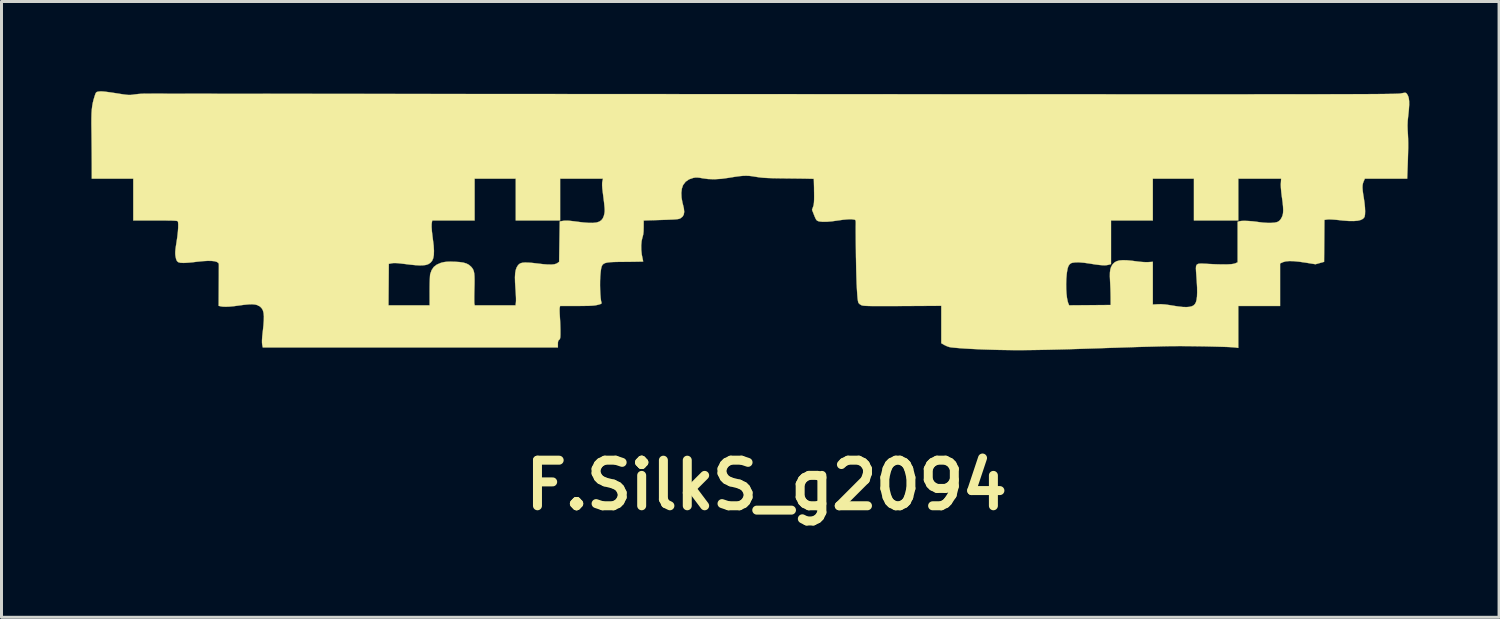
<source format=kicad_pcb>
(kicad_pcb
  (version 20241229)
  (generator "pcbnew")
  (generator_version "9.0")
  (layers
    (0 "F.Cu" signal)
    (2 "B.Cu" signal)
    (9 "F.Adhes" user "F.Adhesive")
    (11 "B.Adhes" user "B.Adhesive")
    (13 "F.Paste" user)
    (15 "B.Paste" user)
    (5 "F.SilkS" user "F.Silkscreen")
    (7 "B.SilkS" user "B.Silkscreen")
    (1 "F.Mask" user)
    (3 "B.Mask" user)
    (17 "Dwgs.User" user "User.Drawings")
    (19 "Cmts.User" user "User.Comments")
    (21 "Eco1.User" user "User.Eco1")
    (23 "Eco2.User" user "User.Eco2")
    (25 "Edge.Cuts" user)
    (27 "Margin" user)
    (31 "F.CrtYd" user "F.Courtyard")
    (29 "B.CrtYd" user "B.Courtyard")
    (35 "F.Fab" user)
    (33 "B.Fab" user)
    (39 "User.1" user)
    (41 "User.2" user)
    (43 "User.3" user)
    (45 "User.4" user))
  (footprint "F.SilkS_g2094"
    (layer "F.Cu")
    (at 22.572 13.167)
    (property "Reference" "F.SilkS_g2094" (at 0 0 0) (layer "F.SilkS") (effects (font (size 1.524 1.524) (thickness 0.3))))
    (attr through_hole)
    (fp_poly (pts (xy -22.182 -13.159) (xy -22.11 -13.152) (xy -22.016 -13.14) (xy -21.895 -13.123) (xy -21.741 -13.1) (xy -21.609 -13.079) (xy -21.486 -13.06) (xy -21.394 -13.048) (xy -21.322 -13.043) (xy -21.26 -13.043) (xy -21.197 -13.049) (xy -21.122 -13.06) (xy -21.112 -13.061) (xy -20.997 -13.075) (xy -20.866 -13.084) (xy -20.743 -13.086) (xy -20.722 -13.086) (xy -20.692 -13.086) (xy -20.62 -13.086) (xy -20.508 -13.085) (xy -20.357 -13.085) (xy -20.166 -13.085) (xy -19.938 -13.084) (xy -19.674 -13.084) (xy -19.373 -13.083) (xy -19.037 -13.083) (xy -18.667 -13.083) (xy -18.264 -13.082) (xy -17.829 -13.082) (xy -17.362 -13.081) (xy -16.865 -13.081) (xy -16.338 -13.08) (xy -15.783 -13.08) (xy -15.2 -13.08) (xy -14.591 -13.079) (xy -13.955 -13.079) (xy -13.295 -13.078) (xy -12.61 -13.078) (xy -11.903 -13.077) (xy -11.173 -13.076) (xy -10.422 -13.076) (xy -9.651 -13.075) (xy -8.86 -13.075) (xy -8.051 -13.074) (xy -7.224 -13.074) (xy -6.381 -13.073) (xy -5.522 -13.073) (xy -4.647 -13.072) (xy -3.759 -13.072) (xy -2.858 -13.071) (xy -1.945 -13.071) (xy -1.021 -13.07) (xy -0.086 -13.07) (xy 0.254 -13.07) (xy 1.387 -13.069) (xy 2.478 -13.068) (xy 3.529 -13.068) (xy 4.539 -13.067) (xy 5.511 -13.067) (xy 6.443 -13.066) (xy 7.339 -13.066) (xy 8.197 -13.066) (xy 9.019 -13.065) (xy 9.806 -13.065) (xy 10.558 -13.065) (xy 11.277 -13.065) (xy 11.962 -13.064) (xy 12.615 -13.064) (xy 13.237 -13.064) (xy 13.828 -13.064) (xy 14.389 -13.064) (xy 14.921 -13.064) (xy 15.425 -13.064) (xy 15.901 -13.064) (xy 16.35 -13.065) (xy 16.773 -13.065) (xy 17.171 -13.065) (xy 17.544 -13.065) (xy 17.894 -13.066) (xy 18.221 -13.066) (xy 18.525 -13.067) (xy 18.809 -13.067) (xy 19.071 -13.068) (xy 19.314 -13.068) (xy 19.538 -13.069) (xy 19.743 -13.07) (xy 19.931 -13.071) (xy 20.103 -13.071) (xy 20.258 -13.072) (xy 20.398 -13.073) (xy 20.524 -13.074) (xy 20.636 -13.075) (xy 20.736 -13.077) (xy 20.823 -13.078) (xy 20.899 -13.079) (xy 20.964 -13.08) (xy 21.02 -13.082) (xy 21.067 -13.083) (xy 21.105 -13.085) (xy 21.136 -13.086) (xy 21.161 -13.088) (xy 21.18 -13.09) (xy 21.193 -13.092) (xy 21.198 -13.093) (xy 21.282 -13.109) (xy 21.334 -13.116) (xy 21.365 -13.114) (xy 21.386 -13.101) (xy 21.404 -13.081) (xy 21.441 -13.019) (xy 21.467 -12.94) (xy 21.48 -12.838) (xy 21.481 -12.709) (xy 21.471 -12.549) (xy 21.45 -12.352) (xy 21.45 -12.352) (xy 21.432 -12.177) (xy 21.426 -12.023) (xy 21.43 -11.87) (xy 21.432 -11.843) (xy 21.44 -11.707) (xy 21.446 -11.572) (xy 21.448 -11.429) (xy 21.448 -11.272) (xy 21.444 -11.092) (xy 21.438 -10.882) (xy 21.432 -10.716) (xy 21.414 -10.245) (xy 20 -10.245) (xy 19.96 -10.155) (xy 19.937 -10.093) (xy 19.924 -10.026) (xy 19.921 -9.946) (xy 19.928 -9.846) (xy 19.945 -9.716) (xy 19.963 -9.61) (xy 19.987 -9.443) (xy 20.003 -9.29) (xy 20.009 -9.157) (xy 20.005 -9.05) (xy 19.992 -8.976) (xy 19.984 -8.957) (xy 19.938 -8.904) (xy 19.864 -8.865) (xy 19.761 -8.84) (xy 19.627 -8.829) (xy 19.458 -8.831) (xy 19.252 -8.847) (xy 19.13 -8.861) (xy 19.01 -8.873) (xy 18.898 -8.881) (xy 18.807 -8.884) (xy 18.746 -8.881) (xy 18.744 -8.881) (xy 18.648 -8.866) (xy 18.643 -8.166) (xy 18.637 -7.465) (xy 18.493 -7.425) (xy 18.35 -7.385) (xy 18.017 -7.439) (xy 17.8 -7.47) (xy 17.62 -7.488) (xy 17.474 -7.491) (xy 17.358 -7.481) (xy 17.268 -7.456) (xy 17.256 -7.451) (xy 17.166 -7.41) (xy 17.166 -5.99) (xy 15.769 -5.99) (xy 15.769 -4.588) (xy 15.679 -4.601) (xy 15.616 -4.607) (xy 15.516 -4.614) (xy 15.385 -4.62) (xy 15.227 -4.625) (xy 15.048 -4.63) (xy 14.852 -4.635) (xy 14.647 -4.64) (xy 14.436 -4.643) (xy 14.225 -4.646) (xy 14.019 -4.648) (xy 13.824 -4.649) (xy 13.645 -4.648) (xy 13.487 -4.647) (xy 13.42 -4.646) (xy 13.276 -4.643) (xy 13.097 -4.638) (xy 12.889 -4.632) (xy 12.658 -4.626) (xy 12.413 -4.619) (xy 12.158 -4.611) (xy 11.902 -4.603) (xy 11.65 -4.594) (xy 11.568 -4.592) (xy 11.124 -4.577) (xy 10.719 -4.564) (xy 10.35 -4.552) (xy 10.015 -4.542) (xy 9.708 -4.534) (xy 9.429 -4.527) (xy 9.172 -4.522) (xy 8.936 -4.518) (xy 8.717 -4.515) (xy 8.512 -4.514) (xy 8.317 -4.514) (xy 8.13 -4.515) (xy 7.948 -4.518) (xy 7.766 -4.521) (xy 7.583 -4.526) (xy 7.419 -4.531) (xy 7.201 -4.538) (xy 6.989 -4.548) (xy 6.788 -4.558) (xy 6.602 -4.569) (xy 6.438 -4.581) (xy 6.299 -4.593) (xy 6.191 -4.604) (xy 6.12 -4.615) (xy 6.107 -4.618) (xy 6.034 -4.643) (xy 5.955 -4.68) (xy 5.932 -4.693) (xy 5.842 -4.745) (xy 5.842 -5.995) (xy 4.546 -5.988) (xy 4.276 -5.987) (xy 4.046 -5.986) (xy 3.852 -5.986) (xy 3.69 -5.986) (xy 3.557 -5.987) (xy 3.451 -5.988) (xy 3.367 -5.991) (xy 3.302 -5.994) (xy 3.253 -5.998) (xy 3.218 -6.003) (xy 3.191 -6.009) (xy 3.171 -6.016) (xy 3.17 -6.017) (xy 3.114 -6.051) (xy 3.075 -6.091) (xy 3.071 -6.1) (xy 3.057 -6.155) (xy 3.044 -6.25) (xy 3.033 -6.384) (xy 3.022 -6.554) (xy 3.014 -6.724) (xy 10.015 -6.724) (xy 10.017 -6.555) (xy 10.027 -6.396) (xy 10.044 -6.254) (xy 10.067 -6.141) (xy 10.085 -6.083) (xy 10.116 -6.011) (xy 11.504 -6.022) (xy 11.503 -6.276) (xy 11.501 -6.402) (xy 11.497 -6.551) (xy 11.49 -6.703) (xy 11.484 -6.818) (xy 11.477 -6.979) (xy 11.479 -7.106) (xy 11.492 -7.206) (xy 11.516 -7.287) (xy 11.553 -7.357) (xy 11.572 -7.384) (xy 11.629 -7.442) (xy 11.701 -7.484) (xy 11.793 -7.51) (xy 11.91 -7.52) (xy 12.055 -7.516) (xy 12.234 -7.498) (xy 12.338 -7.484) (xy 12.482 -7.466) (xy 12.618 -7.456) (xy 12.731 -7.454) (xy 12.756 -7.455) (xy 12.912 -7.465) (xy 12.912 -6.037) (xy 13.086 -6.047) (xy 13.198 -6.048) (xy 13.322 -6.039) (xy 13.471 -6.019) (xy 13.557 -6.004) (xy 13.752 -5.974) (xy 13.91 -5.956) (xy 14.038 -5.952) (xy 14.14 -5.96) (xy 14.221 -5.981) (xy 14.226 -5.983) (xy 14.279 -6.012) (xy 14.321 -6.055) (xy 14.354 -6.116) (xy 14.376 -6.199) (xy 14.39 -6.306) (xy 14.395 -6.441) (xy 14.393 -6.608) (xy 14.382 -6.811) (xy 14.369 -7.001) (xy 14.358 -7.143) (xy 14.353 -7.248) (xy 14.359 -7.322) (xy 14.382 -7.37) (xy 14.426 -7.396) (xy 14.496 -7.406) (xy 14.597 -7.404) (xy 14.735 -7.397) (xy 14.764 -7.395) (xy 15.015 -7.383) (xy 15.226 -7.378) (xy 15.397 -7.379) (xy 15.529 -7.386) (xy 15.623 -7.4) (xy 15.669 -7.414) (xy 15.748 -7.449) (xy 15.748 -8.805) (xy 15.806 -8.821) (xy 15.878 -8.832) (xy 15.983 -8.835) (xy 16.111 -8.83) (xy 16.254 -8.819) (xy 16.401 -8.801) (xy 16.439 -8.795) (xy 16.595 -8.776) (xy 16.751 -8.766) (xy 16.866 -8.766) (xy 16.985 -8.775) (xy 17.072 -8.795) (xy 17.135 -8.831) (xy 17.186 -8.887) (xy 17.224 -8.954) (xy 17.25 -9.018) (xy 17.266 -9.095) (xy 17.271 -9.19) (xy 17.266 -9.308) (xy 17.252 -9.456) (xy 17.227 -9.634) (xy 17.207 -9.797) (xy 17.194 -9.942) (xy 17.191 -10.058) (xy 17.193 -10.091) (xy 17.202 -10.245) (xy 15.769 -10.245) (xy 15.769 -8.848) (xy 14.287 -8.848) (xy 14.287 -10.245) (xy 12.912 -10.245) (xy 12.912 -8.848) (xy 11.515 -8.848) (xy 11.515 -7.389) (xy 11.425 -7.364) (xy 11.353 -7.352) (xy 11.259 -7.35) (xy 11.139 -7.359) (xy 10.987 -7.378) (xy 10.8 -7.408) (xy 10.794 -7.409) (xy 10.61 -7.435) (xy 10.451 -7.448) (xy 10.319 -7.447) (xy 10.221 -7.433) (xy 10.178 -7.418) (xy 10.13 -7.381) (xy 10.092 -7.324) (xy 10.064 -7.241) (xy 10.043 -7.125) (xy 10.034 -7.055) (xy 10.02 -6.894) (xy 10.015 -6.724) (xy 3.014 -6.724) (xy 3.012 -6.758) (xy 3.004 -6.994) (xy 2.997 -7.261) (xy 2.992 -7.556) (xy 2.99 -7.629) (xy 2.988 -7.825) (xy 2.986 -8.015) (xy 2.984 -8.192) (xy 2.983 -8.352) (xy 2.982 -8.489) (xy 2.982 -8.596) (xy 2.982 -8.668) (xy 2.983 -8.681) (xy 2.984 -8.769) (xy 2.982 -8.824) (xy 2.974 -8.854) (xy 2.958 -8.869) (xy 2.938 -8.876) (xy 2.85 -8.888) (xy 2.726 -8.887) (xy 2.568 -8.873) (xy 2.381 -8.847) (xy 2.377 -8.846) (xy 2.186 -8.82) (xy 2.017 -8.805) (xy 1.876 -8.804) (xy 1.769 -8.815) (xy 1.732 -8.824) (xy 1.696 -8.84) (xy 1.668 -8.864) (xy 1.642 -8.907) (xy 1.611 -8.976) (xy 1.591 -9.026) (xy 1.521 -9.205) (xy 1.558 -9.307) (xy 1.572 -9.349) (xy 1.581 -9.397) (xy 1.587 -9.459) (xy 1.591 -9.54) (xy 1.592 -9.648) (xy 1.591 -9.79) (xy 1.59 -9.821) (xy 1.589 -9.948) (xy 1.586 -10.06) (xy 1.584 -10.15) (xy 1.582 -10.212) (xy 1.579 -10.238) (xy 1.579 -10.239) (xy 1.557 -10.241) (xy 1.498 -10.242) (xy 1.405 -10.244) (xy 1.283 -10.247) (xy 1.138 -10.249) (xy 0.973 -10.251) (xy 0.793 -10.253) (xy 0.739 -10.254) (xy 0.521 -10.256) (xy 0.34 -10.259) (xy 0.19 -10.262) (xy 0.067 -10.266) (xy -0.036 -10.271) (xy -0.122 -10.277) (xy -0.199 -10.285) (xy -0.271 -10.294) (xy -0.343 -10.305) (xy -0.36 -10.308) (xy -0.477 -10.327) (xy -0.582 -10.339) (xy -0.681 -10.343) (xy -0.785 -10.34) (xy -0.902 -10.329) (xy -1.042 -10.31) (xy -1.212 -10.283) (xy -1.249 -10.276) (xy -1.509 -10.24) (xy -1.741 -10.226) (xy -1.953 -10.233) (xy -2.142 -10.259) (xy -2.243 -10.277) (xy -2.318 -10.284) (xy -2.383 -10.282) (xy -2.451 -10.27) (xy -2.591 -10.222) (xy -2.704 -10.143) (xy -2.787 -10.034) (xy -2.793 -10.023) (xy -2.831 -9.91) (xy -2.848 -9.77) (xy -2.841 -9.613) (xy -2.812 -9.449) (xy -2.798 -9.397) (xy -2.763 -9.25) (xy -2.752 -9.135) (xy -2.767 -9.044) (xy -2.808 -8.975) (xy -2.876 -8.922) (xy -2.885 -8.917) (xy -2.903 -8.909) (xy -2.925 -8.902) (xy -2.954 -8.896) (xy -2.995 -8.89) (xy -3.051 -8.885) (xy -3.125 -8.88) (xy -3.221 -8.876) (xy -3.343 -8.871) (xy -3.494 -8.866) (xy -3.678 -8.86) (xy -3.898 -8.854) (xy -4.048 -8.849) (xy -4.106 -8.848) (xy -4.107 -8.62) (xy -4.11 -8.49) (xy -4.12 -8.39) (xy -4.139 -8.308) (xy -4.149 -8.276) (xy -4.176 -8.16) (xy -4.189 -8.018) (xy -4.187 -7.863) (xy -4.171 -7.71) (xy -4.156 -7.635) (xy -4.14 -7.56) (xy -4.129 -7.504) (xy -4.124 -7.477) (xy -4.125 -7.476) (xy -4.146 -7.474) (xy -4.204 -7.473) (xy -4.293 -7.471) (xy -4.409 -7.469) (xy -4.546 -7.467) (xy -4.698 -7.466) (xy -4.725 -7.465) (xy -4.928 -7.464) (xy -5.092 -7.46) (xy -5.222 -7.454) (xy -5.322 -7.442) (xy -5.398 -7.423) (xy -5.452 -7.394) (xy -5.489 -7.356) (xy -5.513 -7.304) (xy -5.529 -7.238) (xy -5.541 -7.155) (xy -5.547 -7.103) (xy -5.558 -6.976) (xy -5.564 -6.832) (xy -5.565 -6.68) (xy -5.562 -6.528) (xy -5.555 -6.385) (xy -5.545 -6.259) (xy -5.531 -6.158) (xy -5.514 -6.094) (xy -5.516 -6.074) (xy -5.542 -6.057) (xy -5.6 -6.038) (xy -5.648 -6.026) (xy -5.704 -6.014) (xy -5.769 -6.005) (xy -5.849 -5.999) (xy -5.949 -5.994) (xy -6.076 -5.992) (xy -6.235 -5.99) (xy -6.347 -5.99) (xy -6.9 -5.99) (xy -6.913 -5.935) (xy -6.917 -5.893) (xy -6.917 -5.819) (xy -6.914 -5.725) (xy -6.908 -5.634) (xy -6.9 -5.501) (xy -6.894 -5.349) (xy -6.89 -5.203) (xy -6.89 -5.139) (xy -6.89 -5.032) (xy -6.893 -4.959) (xy -6.899 -4.912) (xy -6.91 -4.883) (xy -6.926 -4.865) (xy -6.932 -4.86) (xy -6.959 -4.83) (xy -6.972 -4.782) (xy -6.974 -4.717) (xy -6.974 -4.604) (xy -16.838 -4.604) (xy -16.858 -4.705) (xy -16.864 -4.766) (xy -16.864 -4.847) (xy -16.857 -4.956) (xy -16.842 -5.098) (xy -16.837 -5.139) (xy -16.815 -5.344) (xy -16.803 -5.511) (xy -16.801 -5.647) (xy -16.811 -5.754) (xy -16.833 -5.839) (xy -16.868 -5.905) (xy -16.916 -5.957) (xy -16.95 -5.983) (xy -17.005 -6.011) (xy -12.637 -6.011) (xy -11.26 -6.011) (xy -11.261 -6.493) (xy -11.26 -6.636) (xy -11.258 -6.769) (xy -11.254 -6.885) (xy -11.25 -6.976) (xy -11.245 -7.035) (xy -11.243 -7.049) (xy -11.195 -7.186) (xy -11.123 -7.293) (xy -11.021 -7.372) (xy -10.886 -7.43) (xy -10.85 -7.44) (xy -10.779 -7.456) (xy -10.702 -7.466) (xy -10.61 -7.47) (xy -10.491 -7.469) (xy -10.432 -7.468) (xy -10.266 -7.458) (xy -10.134 -7.439) (xy -10.03 -7.408) (xy -9.947 -7.364) (xy -9.878 -7.304) (xy -9.864 -7.29) (xy -9.83 -7.246) (xy -9.803 -7.2) (xy -9.784 -7.145) (xy -9.77 -7.076) (xy -9.763 -6.987) (xy -9.76 -6.873) (xy -9.761 -6.727) (xy -9.765 -6.572) (xy -9.768 -6.433) (xy -9.77 -6.306) (xy -9.77 -6.198) (xy -9.769 -6.117) (xy -9.767 -6.067) (xy -9.765 -6.059) (xy -9.753 -6.011) (xy -8.388 -6.011) (xy -8.376 -6.116) (xy -8.373 -6.172) (xy -8.374 -6.261) (xy -8.379 -6.373) (xy -8.386 -6.497) (xy -8.392 -6.578) (xy -8.405 -6.782) (xy -8.409 -6.949) (xy -8.401 -7.085) (xy -8.382 -7.193) (xy -8.351 -7.28) (xy -8.307 -7.349) (xy -8.273 -7.385) (xy -8.229 -7.414) (xy -8.166 -7.433) (xy -8.08 -7.441) (xy -7.967 -7.439) (xy -7.821 -7.428) (xy -7.652 -7.408) (xy -7.461 -7.386) (xy -7.307 -7.374) (xy -7.185 -7.373) (xy -7.092 -7.383) (xy -7.023 -7.404) (xy -6.987 -7.425) (xy -6.932 -7.466) (xy -6.911 -8.816) (xy -6.792 -8.835) (xy -6.728 -8.841) (xy -6.65 -8.841) (xy -6.55 -8.833) (xy -6.42 -8.818) (xy -6.346 -8.808) (xy -6.128 -8.781) (xy -5.948 -8.767) (xy -5.8 -8.766) (xy -5.683 -8.779) (xy -5.592 -8.808) (xy -5.523 -8.854) (xy -5.473 -8.917) (xy -5.438 -8.999) (xy -5.419 -9.078) (xy -5.413 -9.117) (xy -5.409 -9.158) (xy -5.409 -9.208) (xy -5.412 -9.27) (xy -5.42 -9.352) (xy -5.431 -9.458) (xy -5.448 -9.594) (xy -5.47 -9.767) (xy -5.472 -9.783) (xy -5.488 -9.92) (xy -5.495 -10.023) (xy -5.494 -10.101) (xy -5.487 -10.148) (xy -5.466 -10.245) (xy -6.9 -10.245) (xy -6.9 -8.848) (xy -8.382 -8.848) (xy -8.382 -10.245) (xy -9.758 -10.245) (xy -9.758 -8.848) (xy -11.171 -8.848) (xy -11.184 -8.8) (xy -11.194 -8.728) (xy -11.195 -8.626) (xy -11.186 -8.491) (xy -11.166 -8.319) (xy -11.153 -8.219) (xy -11.127 -8.009) (xy -11.117 -7.836) (xy -11.121 -7.695) (xy -11.142 -7.583) (xy -11.18 -7.497) (xy -11.236 -7.432) (xy -11.309 -7.386) (xy -11.312 -7.385) (xy -11.381 -7.362) (xy -11.469 -7.35) (xy -11.582 -7.346) (xy -11.723 -7.353) (xy -11.898 -7.37) (xy -12.068 -7.391) (xy -12.216 -7.409) (xy -12.33 -7.421) (xy -12.417 -7.425) (xy -12.482 -7.423) (xy -12.523 -7.418) (xy -12.626 -7.398) (xy -12.637 -6.011) (xy -17.005 -6.011) (xy -17.016 -6.017) (xy -17.095 -6.038) (xy -17.194 -6.047) (xy -17.319 -6.043) (xy -17.475 -6.027) (xy -17.589 -6.012) (xy -17.787 -5.985) (xy -17.948 -5.969) (xy -18.078 -5.964) (xy -18.18 -5.968) (xy -18.242 -5.978) (xy -18.313 -5.994) (xy -18.309 -6.685) (xy -18.308 -6.853) (xy -18.307 -7.008) (xy -18.307 -7.144) (xy -18.306 -7.257) (xy -18.306 -7.341) (xy -18.307 -7.391) (xy -18.307 -7.402) (xy -18.326 -7.429) (xy -18.369 -7.459) (xy -18.378 -7.464) (xy -18.447 -7.485) (xy -18.551 -7.496) (xy -18.687 -7.497) (xy -18.848 -7.488) (xy -19.029 -7.47) (xy -19.091 -7.462) (xy -19.207 -7.448) (xy -19.326 -7.438) (xy -19.431 -7.431) (xy -19.486 -7.429) (xy -19.59 -7.434) (xy -19.66 -7.452) (xy -19.706 -7.491) (xy -19.735 -7.557) (xy -19.753 -7.641) (xy -19.761 -7.698) (xy -19.764 -7.755) (xy -19.762 -7.818) (xy -19.754 -7.898) (xy -19.74 -8.002) (xy -19.72 -8.128) (xy -19.694 -8.303) (xy -19.676 -8.463) (xy -19.666 -8.601) (xy -19.664 -8.712) (xy -19.67 -8.79) (xy -19.677 -8.814) (xy -19.684 -8.823) (xy -19.701 -8.83) (xy -19.732 -8.836) (xy -19.78 -8.84) (xy -19.851 -8.844) (xy -19.947 -8.846) (xy -20.074 -8.847) (xy -20.235 -8.848) (xy -20.428 -8.848) (xy -21.167 -8.848) (xy -21.167 -10.245) (xy -21.86 -10.245) (xy -22.553 -10.245) (xy -22.554 -10.747) (xy -22.555 -10.913) (xy -22.556 -11.108) (xy -22.558 -11.319) (xy -22.56 -11.534) (xy -22.562 -11.74) (xy -22.564 -11.864) (xy -22.567 -12.084) (xy -22.566 -12.269) (xy -22.562 -12.424) (xy -22.553 -12.556) (xy -22.539 -12.673) (xy -22.52 -12.779) (xy -22.495 -12.882) (xy -22.463 -12.988) (xy -22.456 -13.011) (xy -22.432 -13.082) (xy -22.411 -13.122) (xy -22.384 -13.143) (xy -22.342 -13.153) (xy -22.32 -13.156) (xy -22.282 -13.16) (xy -22.237 -13.162) (xy -22.182 -13.159)) (stroke (width 0.01) (type solid)) (fill yes) (layer "F.SilkS")))
  (gr_rect
    (start -3 -3)
    (end 47.058 17.585)
    (stroke (width 0.1) (type default))
    (fill no)
    (layer "Edge.Cuts")))
</source>
